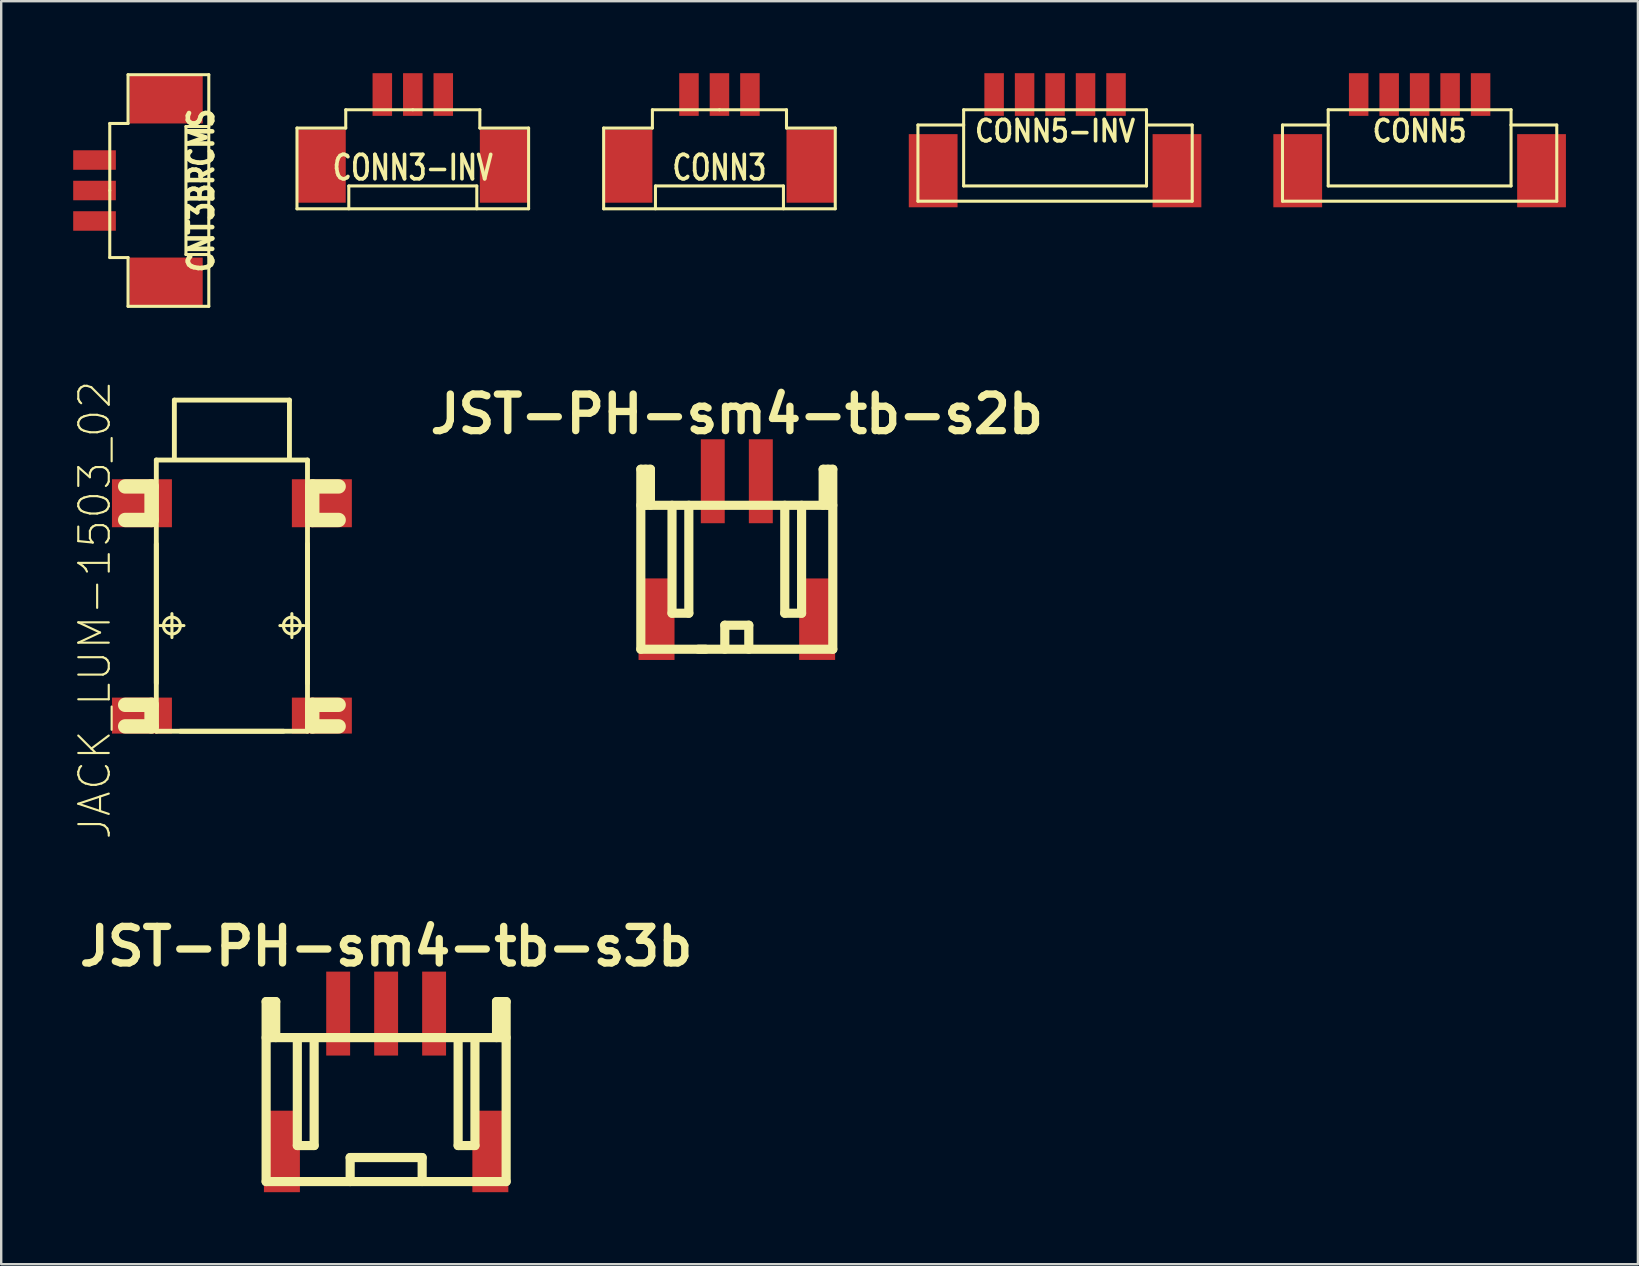
<source format=kicad_pcb>
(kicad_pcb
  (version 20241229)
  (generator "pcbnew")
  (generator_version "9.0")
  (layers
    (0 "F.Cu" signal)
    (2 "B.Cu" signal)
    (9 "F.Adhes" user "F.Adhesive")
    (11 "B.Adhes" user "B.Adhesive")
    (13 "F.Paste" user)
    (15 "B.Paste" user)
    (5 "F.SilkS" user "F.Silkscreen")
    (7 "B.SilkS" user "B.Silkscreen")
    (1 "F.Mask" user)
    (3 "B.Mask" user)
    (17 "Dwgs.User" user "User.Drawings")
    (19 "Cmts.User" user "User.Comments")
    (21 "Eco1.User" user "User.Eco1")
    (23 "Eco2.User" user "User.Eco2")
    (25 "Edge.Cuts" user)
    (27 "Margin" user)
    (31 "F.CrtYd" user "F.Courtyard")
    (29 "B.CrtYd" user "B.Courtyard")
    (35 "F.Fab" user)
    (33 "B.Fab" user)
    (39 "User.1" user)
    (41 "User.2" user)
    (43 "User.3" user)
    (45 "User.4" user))
  (footprint "CNT3BRCMS"
    (layer "F.Cu")
    (at 2.794 4.889)
    (property "Reference" "CNT3BRCMS" (at 2.54 0 90) (layer "F.SilkS") (effects (font (size 1.016 0.762) (thickness 0.191))))
    (attr smd)
    (fp_line (start -1.27 -2.794) (end -0.508 -2.794) (stroke (width 0.127) (type solid)) (layer "F.SilkS"))
    (fp_line (start -1.27 0) (end -1.27 -2.794) (stroke (width 0.127) (type solid)) (layer "F.SilkS"))
    (fp_line (start -1.27 2.794) (end -1.27 0) (stroke (width 0.127) (type solid)) (layer "F.SilkS"))
    (fp_line (start -0.508 -4.826) (end 2.857 -4.826) (stroke (width 0.127) (type solid)) (layer "F.SilkS"))
    (fp_line (start -0.508 -2.794) (end -0.508 -4.826) (stroke (width 0.127) (type solid)) (layer "F.SilkS"))
    (fp_line (start -0.508 2.794) (end -1.27 2.794) (stroke (width 0.127) (type solid)) (layer "F.SilkS"))
    (fp_line (start -0.508 4.826) (end -0.508 2.794) (stroke (width 0.127) (type solid)) (layer "F.SilkS"))
    (fp_line (start 1.905 -2.667) (end 1.905 2.667) (stroke (width 0.127) (type solid)) (layer "F.SilkS"))
    (fp_line (start 1.905 2.667) (end 2.857 2.667) (stroke (width 0.127) (type solid)) (layer "F.SilkS"))
    (fp_line (start 2.857 -4.826) (end 2.857 4.826) (stroke (width 0.127) (type solid)) (layer "F.SilkS"))
    (fp_line (start 2.857 -2.667) (end 1.905 -2.667) (stroke (width 0.127) (type solid)) (layer "F.SilkS"))
    (fp_line (start 2.857 4.826) (end -0.508 4.826) (stroke (width 0.127) (type solid)) (layer "F.SilkS"))
    (pad "" smd rect (at 1.079 -3.81) (size 3.048 2.032) (layers "F.Cu" "F.Mask" "F.Paste"))
    (pad "" smd rect (at 1.079 3.81) (size 3.048 2.032) (layers "F.Cu" "F.Mask" "F.Paste"))
    (pad "1" smd rect (at -1.905 -1.27) (size 1.778 0.813) (layers "F.Cu" "F.Mask" "F.Paste"))
    (pad "2" smd rect (at -1.905 0) (size 1.778 0.813) (layers "F.Cu" "F.Mask" "F.Paste"))
    (pad "3" smd rect (at -1.905 1.27) (size 1.778 0.813) (layers "F.Cu" "F.Mask" "F.Paste")))
  (footprint "CONN5-INV"
    (layer "F.Cu")
    (at 40.917 0.889)
    (property "Reference" "CONN5-INV" (at 0 1.524 0) (layer "F.SilkS") (effects (font (size 0.889 0.762) (thickness 0.152))))
    (attr smd)
    (fp_line (start -5.715 1.27) (end -3.81 1.27) (stroke (width 0.127) (type solid)) (layer "F.SilkS"))
    (fp_line (start -5.715 4.445) (end -5.715 1.27) (stroke (width 0.127) (type solid)) (layer "F.SilkS"))
    (fp_line (start -3.81 0.635) (end 3.81 0.635) (stroke (width 0.127) (type solid)) (layer "F.SilkS"))
    (fp_line (start -3.81 1.27) (end -3.81 0.635) (stroke (width 0.127) (type solid)) (layer "F.SilkS"))
    (fp_line (start -3.81 3.81) (end -3.81 1.27) (stroke (width 0.127) (type solid)) (layer "F.SilkS"))
    (fp_line (start 3.81 0.635) (end 3.81 1.27) (stroke (width 0.127) (type solid)) (layer "F.SilkS"))
    (fp_line (start 3.81 1.27) (end 3.81 3.81) (stroke (width 0.127) (type solid)) (layer "F.SilkS"))
    (fp_line (start 3.81 1.27) (end 5.715 1.27) (stroke (width 0.127) (type solid)) (layer "F.SilkS"))
    (fp_line (start 3.81 3.81) (end -3.81 3.81) (stroke (width 0.127) (type solid)) (layer "F.SilkS"))
    (fp_line (start 5.715 4.445) (end -5.715 4.445) (stroke (width 0.127) (type solid)) (layer "F.SilkS"))
    (fp_line (start 5.715 4.445) (end 5.715 1.27) (stroke (width 0.127) (type solid)) (layer "F.SilkS"))
    (pad "" smd rect (at -5.08 3.175) (size 2.032 3.048) (layers "F.Cu" "F.Mask" "F.Paste"))
    (pad "" smd rect (at 5.08 3.175) (size 2.032 3.048) (layers "F.Cu" "F.Mask" "F.Paste"))
    (pad "1" smd rect (at -2.54 0) (size 0.813 1.778) (layers "F.Cu" "F.Mask" "F.Paste"))
    (pad "2" smd rect (at -1.27 0) (size 0.813 1.778) (layers "F.Cu" "F.Mask" "F.Paste"))
    (pad "3" smd rect (at 0 0) (size 0.813 1.778) (layers "F.Cu" "F.Mask" "F.Paste"))
    (pad "4" smd rect (at 1.27 0) (size 0.813 1.778) (layers "F.Cu" "F.Mask" "F.Paste"))
    (pad "5" smd rect (at 2.54 0) (size 0.813 1.778) (layers "F.Cu" "F.Mask" "F.Paste")))
  (footprint "JST-PH-sm4-tb-s3b"
    (layer "F.Cu")
    (at 13.041 39.188)
    (property "Reference" "JST-PH-sm4-tb-s3b" (at 0 -2.799 0) (layer "F.SilkS") (effects (font (size 1.524 1.524) (thickness 0.305))))
    (attr through_hole)
    (fp_line (start -5.001 1.001) (end 5.001 1.001) (stroke (width 0.381) (type solid)) (layer "F.SilkS"))
    (fp_line (start -5.001 7) (end -5.001 -0.5) (stroke (width 0.381) (type solid)) (layer "F.SilkS"))
    (fp_line (start -5.001 7) (end 5.001 7) (stroke (width 0.381) (type solid)) (layer "F.SilkS"))
    (fp_line (start -4.801 -0.5) (end -4.801 1.001) (stroke (width 0.381) (type solid)) (layer "F.SilkS"))
    (fp_line (start -4.6 -0.5) (end -5.001 -0.5) (stroke (width 0.381) (type solid)) (layer "F.SilkS"))
    (fp_line (start -4.6 1.001) (end -4.6 -0.5) (stroke (width 0.381) (type solid)) (layer "F.SilkS"))
    (fp_line (start -3.701 5.499) (end -3.701 1.001) (stroke (width 0.381) (type solid)) (layer "F.SilkS"))
    (fp_line (start -3 1.001) (end -3 5.499) (stroke (width 0.381) (type solid)) (layer "F.SilkS"))
    (fp_line (start -3 5.499) (end -3.701 5.499) (stroke (width 0.381) (type solid)) (layer "F.SilkS"))
    (fp_line (start -1.499 7) (end -1.499 5.999) (stroke (width 0.381) (type solid)) (layer "F.SilkS"))
    (fp_line (start 1.501 5.999) (end -1.501 5.999) (stroke (width 0.381) (type solid)) (layer "F.SilkS"))
    (fp_line (start 1.501 5.999) (end 1.501 6.998) (stroke (width 0.381) (type solid)) (layer "F.SilkS"))
    (fp_line (start 3 1.001) (end 3 5.499) (stroke (width 0.381) (type solid)) (layer "F.SilkS"))
    (fp_line (start 3 5.499) (end 3.701 5.499) (stroke (width 0.381) (type solid)) (layer "F.SilkS"))
    (fp_line (start 3.701 5.499) (end 3.701 1.001) (stroke (width 0.381) (type solid)) (layer "F.SilkS"))
    (fp_line (start 4.6 -0.5) (end 4.6 1.001) (stroke (width 0.381) (type solid)) (layer "F.SilkS"))
    (fp_line (start 4.801 1.001) (end 4.801 -0.5) (stroke (width 0.381) (type solid)) (layer "F.SilkS"))
    (fp_line (start 5.001 -0.5) (end 4.6 -0.5) (stroke (width 0.381) (type solid)) (layer "F.SilkS"))
    (fp_line (start 5.001 -0.5) (end 5.001 7) (stroke (width 0.381) (type solid)) (layer "F.SilkS"))
    (pad "" smd rect (at -4.343 5.745) (size 1.499 3.396) (layers "F.Cu" "F.Mask" "F.Paste"))
    (pad "" smd rect (at 4.343 5.745) (size 1.499 3.396) (layers "F.Cu" "F.Mask" "F.Paste"))
    (pad "1" smd rect (at -1.999 0) (size 0.996 3.498) (layers "F.Cu" "F.Mask" "F.Paste"))
    (pad "2" smd rect (at 0 0) (size 0.996 3.498) (layers "F.Cu" "F.Mask" "F.Paste"))
    (pad "3" smd rect (at 1.999 0) (size 0.996 3.498) (layers "F.Cu" "F.Mask" "F.Paste")))
  (footprint "JACK_LUM-1503_02"
    (layer "F.Cu")
    (at 6.614 16.021)
    (property "Reference" "JACK_LUM-1503_02" (at -5.715 6.35 90) (layer "F.SilkS") (effects (font (size 1.27 1.27) (thickness 0.089))))
    (attr smd)
    (fp_line (start -4.448 1.199) (end -3.348 1.199) (stroke (width 0.599) (type solid)) (layer "F.SilkS"))
    (fp_line (start -4.448 10.3) (end -3.348 10.3) (stroke (width 0.599) (type solid)) (layer "F.SilkS"))
    (fp_line (start -3.348 1.199) (end -3.348 2.598) (stroke (width 0.599) (type solid)) (layer "F.SilkS"))
    (fp_line (start -3.348 2.598) (end -4.448 2.598) (stroke (width 0.599) (type solid)) (layer "F.SilkS"))
    (fp_line (start -3.348 10.3) (end -3.348 11.199) (stroke (width 0.599) (type solid)) (layer "F.SilkS"))
    (fp_line (start -3.348 11.199) (end -4.448 11.199) (stroke (width 0.599) (type solid)) (layer "F.SilkS"))
    (fp_line (start -3.15 0.099) (end 3.15 0.099) (stroke (width 0.203) (type solid)) (layer "F.SilkS"))
    (fp_line (start -3.15 9.398) (end -3.15 3.599) (stroke (width 0.203) (type solid)) (layer "F.SilkS"))
    (fp_line (start -3.15 11.4) (end -3.15 0.099) (stroke (width 0.203) (type solid)) (layer "F.SilkS"))
    (fp_line (start -3 6.998) (end -1.999 6.998) (stroke (width 0.127) (type solid)) (layer "F.SilkS"))
    (fp_line (start -2.499 7.498) (end -2.499 6.5) (stroke (width 0.127) (type solid)) (layer "F.SilkS"))
    (fp_line (start -2.398 -2.398) (end 2.398 -2.398) (stroke (width 0.203) (type solid)) (layer "F.SilkS"))
    (fp_line (start -2.398 0) (end -2.398 -2.398) (stroke (width 0.203) (type solid)) (layer "F.SilkS"))
    (fp_line (start 1.999 6.998) (end 3 6.998) (stroke (width 0.127) (type solid)) (layer "F.SilkS"))
    (fp_line (start 2.149 11.4) (end -2.149 11.4) (stroke (width 0.203) (type solid)) (layer "F.SilkS"))
    (fp_line (start 2.398 0) (end 2.398 -2.398) (stroke (width 0.203) (type solid)) (layer "F.SilkS"))
    (fp_line (start 2.499 7.498) (end 2.499 6.5) (stroke (width 0.127) (type solid)) (layer "F.SilkS"))
    (fp_line (start 3.15 0.099) (end 3.15 11.4) (stroke (width 0.203) (type solid)) (layer "F.SilkS"))
    (fp_line (start 3.15 3.599) (end 3.15 9.398) (stroke (width 0.203) (type solid)) (layer "F.SilkS"))
    (fp_line (start 3.15 11.4) (end -3.15 11.4) (stroke (width 0.203) (type solid)) (layer "F.SilkS"))
    (fp_line (start 3.348 1.199) (end 4.448 1.199) (stroke (width 0.599) (type solid)) (layer "F.SilkS"))
    (fp_line (start 3.348 2.598) (end 3.348 1.199) (stroke (width 0.599) (type solid)) (layer "F.SilkS"))
    (fp_line (start 3.348 10.3) (end 4.448 10.3) (stroke (width 0.599) (type solid)) (layer "F.SilkS"))
    (fp_line (start 3.348 11.199) (end 3.348 10.3) (stroke (width 0.599) (type solid)) (layer "F.SilkS"))
    (fp_line (start 4.448 2.598) (end 3.348 2.598) (stroke (width 0.599) (type solid)) (layer "F.SilkS"))
    (fp_line (start 4.448 11.199) (end 3.348 11.199) (stroke (width 0.599) (type solid)) (layer "F.SilkS"))
    (fp_circle (center -2.499 6.998) (end -2.748 7.247) (stroke (width 0.127) (type solid)) (fill no) (layer "F.SilkS"))
    (fp_circle (center 2.499 6.998) (end 2.748 7.247) (stroke (width 0.127) (type solid)) (fill no) (layer "F.SilkS"))
    (pad "1" smd rect (at 3.749 10.749) (size 2.499 1.499) (layers "F.Cu" "F.Mask" "F.Paste"))
    (pad "2" smd rect (at -3.749 1.9) (size 2.499 1.999) (layers "F.Cu" "F.Mask" "F.Paste"))
    (pad "2" smd rect (at 3.749 1.9) (size 2.499 1.999) (layers "F.Cu" "F.Mask" "F.Paste"))
    (pad "3" smd rect (at -3.749 10.749) (size 2.499 1.499) (layers "F.Cu" "F.Mask" "F.Paste")))
  (footprint "CONN3-INV"
    (layer "F.Cu")
    (at 14.152 4.318)
    (property "Reference" "CONN3-INV" (at 0 -0.381 0) (layer "F.SilkS") (effects (font (size 1.016 0.762) (thickness 0.152))))
    (attr smd)
    (fp_line (start -4.826 -2.032) (end -2.794 -2.032) (stroke (width 0.127) (type solid)) (layer "F.SilkS"))
    (fp_line (start -4.826 1.333) (end -4.826 -2.032) (stroke (width 0.127) (type solid)) (layer "F.SilkS"))
    (fp_line (start -2.794 -2.794) (end 0 -2.794) (stroke (width 0.127) (type solid)) (layer "F.SilkS"))
    (fp_line (start -2.794 -2.032) (end -2.794 -2.794) (stroke (width 0.127) (type solid)) (layer "F.SilkS"))
    (fp_line (start -2.667 0.381) (end -2.667 1.333) (stroke (width 0.127) (type solid)) (layer "F.SilkS"))
    (fp_line (start 0 -2.794) (end 2.794 -2.794) (stroke (width 0.127) (type solid)) (layer "F.SilkS"))
    (fp_line (start 2.667 0.381) (end -2.667 0.381) (stroke (width 0.127) (type solid)) (layer "F.SilkS"))
    (fp_line (start 2.667 1.333) (end 2.667 0.381) (stroke (width 0.127) (type solid)) (layer "F.SilkS"))
    (fp_line (start 2.794 -2.794) (end 2.794 -2.032) (stroke (width 0.127) (type solid)) (layer "F.SilkS"))
    (fp_line (start 2.794 -2.032) (end 4.826 -2.032) (stroke (width 0.127) (type solid)) (layer "F.SilkS"))
    (fp_line (start 4.826 -2.032) (end 4.826 1.333) (stroke (width 0.127) (type solid)) (layer "F.SilkS"))
    (fp_line (start 4.826 1.333) (end -4.826 1.333) (stroke (width 0.127) (type solid)) (layer "F.SilkS"))
    (pad "" smd rect (at -3.81 -0.445) (size 2.032 3.048) (layers "F.Cu" "F.Mask" "F.Paste"))
    (pad "" smd rect (at 3.81 -0.445) (size 2.032 3.048) (layers "F.Cu" "F.Mask" "F.Paste"))
    (pad "1" smd rect (at 1.27 -3.429) (size 0.813 1.778) (layers "F.Cu" "F.Mask" "F.Paste"))
    (pad "2" smd rect (at 0 -3.429) (size 0.813 1.778) (layers "F.Cu" "F.Mask" "F.Paste"))
    (pad "3" smd rect (at -1.27 -3.429) (size 0.813 1.778) (layers "F.Cu" "F.Mask" "F.Paste")))
  (footprint "CONN3"
    (layer "F.Cu")
    (at 26.931 4.318)
    (property "Reference" "CONN3" (at 0 -0.381 0) (layer "F.SilkS") (effects (font (size 1.016 0.762) (thickness 0.152))))
    (attr smd)
    (fp_line (start -4.826 -2.032) (end -2.794 -2.032) (stroke (width 0.127) (type solid)) (layer "F.SilkS"))
    (fp_line (start -4.826 1.333) (end -4.826 -2.032) (stroke (width 0.127) (type solid)) (layer "F.SilkS"))
    (fp_line (start -2.794 -2.794) (end 0 -2.794) (stroke (width 0.127) (type solid)) (layer "F.SilkS"))
    (fp_line (start -2.794 -2.032) (end -2.794 -2.794) (stroke (width 0.127) (type solid)) (layer "F.SilkS"))
    (fp_line (start -2.667 0.381) (end -2.667 1.333) (stroke (width 0.127) (type solid)) (layer "F.SilkS"))
    (fp_line (start 0 -2.794) (end 2.794 -2.794) (stroke (width 0.127) (type solid)) (layer "F.SilkS"))
    (fp_line (start 2.667 0.381) (end -2.667 0.381) (stroke (width 0.127) (type solid)) (layer "F.SilkS"))
    (fp_line (start 2.667 1.333) (end 2.667 0.381) (stroke (width 0.127) (type solid)) (layer "F.SilkS"))
    (fp_line (start 2.794 -2.794) (end 2.794 -2.032) (stroke (width 0.127) (type solid)) (layer "F.SilkS"))
    (fp_line (start 2.794 -2.032) (end 4.826 -2.032) (stroke (width 0.127) (type solid)) (layer "F.SilkS"))
    (fp_line (start 4.826 -2.032) (end 4.826 1.333) (stroke (width 0.127) (type solid)) (layer "F.SilkS"))
    (fp_line (start 4.826 1.333) (end -4.826 1.333) (stroke (width 0.127) (type solid)) (layer "F.SilkS"))
    (pad "" smd rect (at -3.81 -0.445) (size 2.032 3.048) (layers "F.Cu" "F.Mask" "F.Paste"))
    (pad "" smd rect (at 3.81 -0.445) (size 2.032 3.048) (layers "F.Cu" "F.Mask" "F.Paste"))
    (pad "1" smd rect (at -1.27 -3.429) (size 0.813 1.778) (layers "F.Cu" "F.Mask" "F.Paste"))
    (pad "2" smd rect (at 0 -3.429) (size 0.813 1.778) (layers "F.Cu" "F.Mask" "F.Paste"))
    (pad "3" smd rect (at 1.27 -3.429) (size 0.813 1.778) (layers "F.Cu" "F.Mask" "F.Paste")))
  (footprint "JST-PH-sm4-tb-s2b"
    (layer "F.Cu")
    (at 27.654 17.005)
    (property "Reference" "JST-PH-sm4-tb-s2b" (at 0 -2.799 0) (layer "F.SilkS") (effects (font (size 1.524 1.524) (thickness 0.305))))
    (attr through_hole)
    (fp_line (start -4 7) (end -4 -0.5) (stroke (width 0.381) (type solid)) (layer "F.SilkS"))
    (fp_line (start -4 7) (end 4 7) (stroke (width 0.381) (type solid)) (layer "F.SilkS"))
    (fp_line (start -3.8 -0.5) (end -3.8 1.001) (stroke (width 0.381) (type solid)) (layer "F.SilkS"))
    (fp_line (start -3.599 -0.5) (end -4 -0.5) (stroke (width 0.381) (type solid)) (layer "F.SilkS"))
    (fp_line (start -3.599 1.001) (end -3.599 -0.5) (stroke (width 0.381) (type solid)) (layer "F.SilkS"))
    (fp_line (start -2.7 5.499) (end -2.7 1.001) (stroke (width 0.381) (type solid)) (layer "F.SilkS"))
    (fp_line (start -1.999 1.001) (end -1.999 5.499) (stroke (width 0.381) (type solid)) (layer "F.SilkS"))
    (fp_line (start -1.999 5.499) (end -2.7 5.499) (stroke (width 0.381) (type solid)) (layer "F.SilkS"))
    (fp_line (start -1.3 7) (end -1.6 7) (stroke (width 0.381) (type solid)) (layer "F.SilkS"))
    (fp_line (start -0.5 5.999) (end 0.5 5.999) (stroke (width 0.381) (type solid)) (layer "F.SilkS"))
    (fp_line (start -0.5 7) (end -0.5 5.999) (stroke (width 0.381) (type solid)) (layer "F.SilkS"))
    (fp_line (start 0.5 5.999) (end 0.5 7) (stroke (width 0.381) (type solid)) (layer "F.SilkS"))
    (fp_line (start 1.999 1.001) (end 1.999 5.499) (stroke (width 0.381) (type solid)) (layer "F.SilkS"))
    (fp_line (start 1.999 5.499) (end 2.7 5.499) (stroke (width 0.381) (type solid)) (layer "F.SilkS"))
    (fp_line (start 2.7 5.499) (end 2.7 1.001) (stroke (width 0.381) (type solid)) (layer "F.SilkS"))
    (fp_line (start 3.599 -0.5) (end 3.599 1.001) (stroke (width 0.381) (type solid)) (layer "F.SilkS"))
    (fp_line (start 3.8 1.001) (end 3.8 -0.5) (stroke (width 0.381) (type solid)) (layer "F.SilkS"))
    (fp_line (start 4 -0.5) (end 3.599 -0.5) (stroke (width 0.381) (type solid)) (layer "F.SilkS"))
    (fp_line (start 4 -0.5) (end 4 7) (stroke (width 0.381) (type solid)) (layer "F.SilkS"))
    (fp_line (start 4 1.001) (end -4 1.001) (stroke (width 0.381) (type solid)) (layer "F.SilkS"))
    (pad "" smd rect (at -3.345 5.748) (size 1.499 3.399) (layers "F.Cu" "F.Mask" "F.Paste"))
    (pad "" smd rect (at 3.348 5.748) (size 1.499 3.396) (layers "F.Cu" "F.Mask" "F.Paste"))
    (pad "1" smd rect (at -1.001 0) (size 0.996 3.498) (layers "F.Cu" "F.Mask" "F.Paste"))
    (pad "2" smd rect (at 1.001 0) (size 0.998 3.498) (layers "F.Cu" "F.Mask" "F.Paste")))
  (footprint "CONN5"
    (layer "F.Cu")
    (at 56.109 0.889)
    (property "Reference" "CONN5" (at 0 1.524 0) (layer "F.SilkS") (effects (font (size 0.889 0.762) (thickness 0.152))))
    (attr smd)
    (fp_line (start -5.715 1.27) (end -3.81 1.27) (stroke (width 0.127) (type solid)) (layer "F.SilkS"))
    (fp_line (start -5.715 4.445) (end -5.715 1.27) (stroke (width 0.127) (type solid)) (layer "F.SilkS"))
    (fp_line (start -3.81 0.635) (end 3.81 0.635) (stroke (width 0.127) (type solid)) (layer "F.SilkS"))
    (fp_line (start -3.81 1.27) (end -3.81 0.635) (stroke (width 0.127) (type solid)) (layer "F.SilkS"))
    (fp_line (start -3.81 3.81) (end -3.81 1.27) (stroke (width 0.127) (type solid)) (layer "F.SilkS"))
    (fp_line (start 3.81 0.635) (end 3.81 1.27) (stroke (width 0.127) (type solid)) (layer "F.SilkS"))
    (fp_line (start 3.81 1.27) (end 3.81 3.81) (stroke (width 0.127) (type solid)) (layer "F.SilkS"))
    (fp_line (start 3.81 1.27) (end 5.715 1.27) (stroke (width 0.127) (type solid)) (layer "F.SilkS"))
    (fp_line (start 3.81 3.81) (end -3.81 3.81) (stroke (width 0.127) (type solid)) (layer "F.SilkS"))
    (fp_line (start 5.715 4.445) (end -5.715 4.445) (stroke (width 0.127) (type solid)) (layer "F.SilkS"))
    (fp_line (start 5.715 4.445) (end 5.715 1.27) (stroke (width 0.127) (type solid)) (layer "F.SilkS"))
    (pad "" smd rect (at -5.08 3.175) (size 2.032 3.048) (layers "F.Cu" "F.Mask" "F.Paste"))
    (pad "" smd rect (at 5.08 3.175) (size 2.032 3.048) (layers "F.Cu" "F.Mask" "F.Paste"))
    (pad "1" smd rect (at -2.54 0) (size 0.813 1.778) (layers "F.Cu" "F.Mask" "F.Paste"))
    (pad "2" smd rect (at -1.27 0) (size 0.813 1.778) (layers "F.Cu" "F.Mask" "F.Paste"))
    (pad "3" smd rect (at 0 0) (size 0.813 1.778) (layers "F.Cu" "F.Mask" "F.Paste"))
    (pad "4" smd rect (at 1.27 0) (size 0.813 1.778) (layers "F.Cu" "F.Mask" "F.Paste"))
    (pad "5" smd rect (at 2.54 0) (size 0.813 1.778) (layers "F.Cu" "F.Mask" "F.Paste")))
  (gr_rect
    (start -3 -3)
    (end 65.205 49.632)
    (stroke (width 0.1) (type default))
    (fill no)
    (layer "Edge.Cuts")))
</source>
